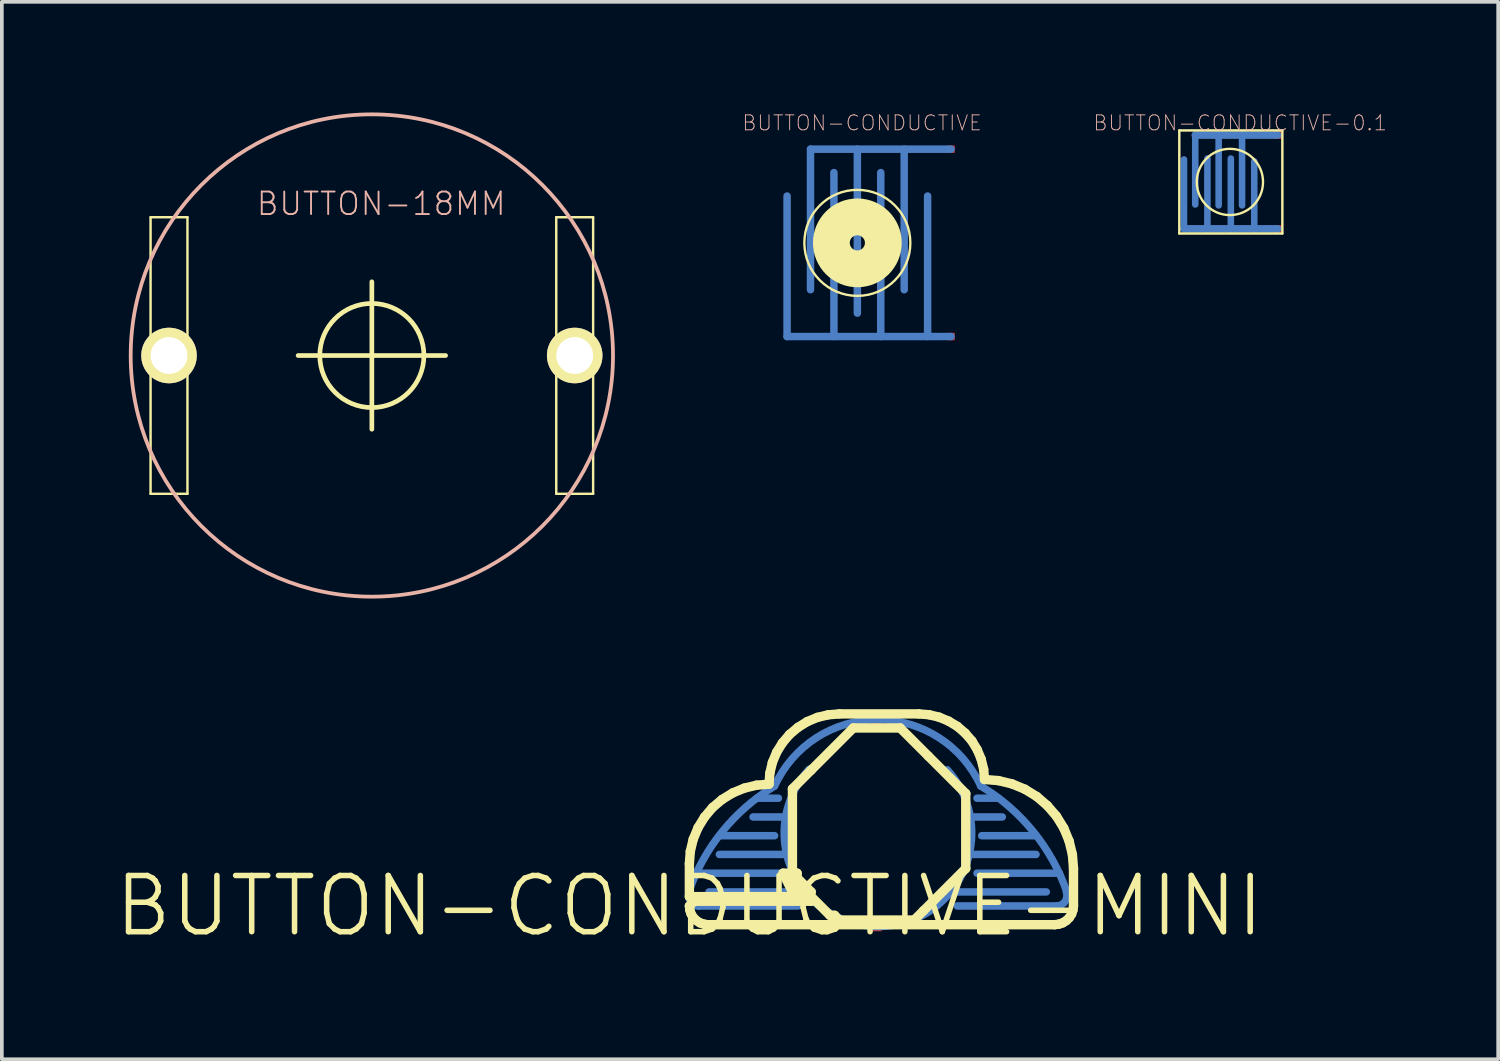
<source format=kicad_pcb>
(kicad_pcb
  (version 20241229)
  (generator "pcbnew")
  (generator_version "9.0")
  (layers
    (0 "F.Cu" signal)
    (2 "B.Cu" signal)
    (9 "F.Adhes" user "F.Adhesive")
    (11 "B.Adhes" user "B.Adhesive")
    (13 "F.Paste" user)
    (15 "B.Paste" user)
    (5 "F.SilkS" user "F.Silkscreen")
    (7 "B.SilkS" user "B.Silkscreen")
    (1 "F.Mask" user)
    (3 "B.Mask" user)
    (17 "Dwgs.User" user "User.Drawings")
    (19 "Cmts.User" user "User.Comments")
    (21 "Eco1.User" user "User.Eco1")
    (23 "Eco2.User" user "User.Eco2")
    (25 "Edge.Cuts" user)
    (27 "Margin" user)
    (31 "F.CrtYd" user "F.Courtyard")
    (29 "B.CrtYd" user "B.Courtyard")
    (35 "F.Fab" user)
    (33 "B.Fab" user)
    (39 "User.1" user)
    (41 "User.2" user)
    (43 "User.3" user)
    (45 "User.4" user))
  (footprint "BUTTON-CONDUCTIVE-0.1"
    (layer "F.Cu")
    (at 30.318 1.883)
    (property "Reference" "BUTTON-CONDUCTIVE-0.1" (at 0.254 -1.6 0) (layer "B.SilkS") (effects (font (size 0.406 0.406) (thickness 0.025))))
    (attr smd)
    (fp_line (start -1.27 -0.61) (end -1.27 1.27) (stroke (width 0.178) (type solid)) (layer "B.Cu"))
    (fp_line (start -1.27 1.27) (end -0.635 1.27) (stroke (width 0.203) (type solid)) (layer "B.Cu"))
    (fp_line (start -0.965 -1.27) (end -0.33 -1.27) (stroke (width 0.203) (type solid)) (layer "B.Cu"))
    (fp_line (start -0.965 0.61) (end -0.965 -1.27) (stroke (width 0.178) (type solid)) (layer "B.Cu"))
    (fp_line (start -0.635 -0.635) (end -0.635 1.27) (stroke (width 0.178) (type solid)) (layer "B.Cu"))
    (fp_line (start -0.635 1.27) (end 0 1.27) (stroke (width 0.203) (type solid)) (layer "B.Cu"))
    (fp_line (start -0.33 -1.27) (end 0.305 -1.27) (stroke (width 0.203) (type solid)) (layer "B.Cu"))
    (fp_line (start -0.33 0.635) (end -0.33 -1.27) (stroke (width 0.178) (type solid)) (layer "B.Cu"))
    (fp_line (start 0 -0.635) (end 0 1.27) (stroke (width 0.178) (type solid)) (layer "B.Cu"))
    (fp_line (start 0 1.27) (end 0.635 1.27) (stroke (width 0.203) (type solid)) (layer "B.Cu"))
    (fp_line (start 0.305 -1.27) (end 1.27 -1.27) (stroke (width 0.203) (type solid)) (layer "B.Cu"))
    (fp_line (start 0.305 0.635) (end 0.305 -1.27) (stroke (width 0.178) (type solid)) (layer "B.Cu"))
    (fp_line (start 0.635 -0.559) (end 0.635 1.27) (stroke (width 0.178) (type solid)) (layer "B.Cu"))
    (fp_line (start 0.635 1.27) (end 1.27 1.27) (stroke (width 0.203) (type solid)) (layer "B.Cu"))
    (fp_line (start -1.397 -1.397) (end 1.397 -1.397) (stroke (width 0.066) (type solid)) (layer "F.SilkS"))
    (fp_line (start -1.397 1.397) (end -1.397 -1.397) (stroke (width 0.066) (type solid)) (layer "F.SilkS"))
    (fp_line (start -1.397 1.397) (end 1.397 1.397) (stroke (width 0.066) (type solid)) (layer "F.SilkS"))
    (fp_line (start 1.397 1.397) (end 1.397 -1.397) (stroke (width 0.066) (type solid)) (layer "F.SilkS"))
    (fp_circle (center -0.025 0) (end -0.66 0.635) (stroke (width 0.064) (type solid)) (fill no) (layer "F.SilkS"))
    (pad "1" smd rect (at 1.27 -1.27) (size 0.203 0.203) (layers "F.Cu" "F.Mask" "F.Paste"))
    (pad "2" smd rect (at 1.27 1.27) (size 0.203 0.203) (layers "F.Cu" "F.Mask" "F.Paste")))
  (footprint "BUTTON-CONDUCTIVE-MINI"
    (layer "F.Cu")
    (at 15.639 21.511)
    (property "Reference" "BUTTON-CONDUCTIVE-MINI" (at 0 0 0) (layer "F.SilkS") (effects (font (size 1.524 1.524) (thickness 0.15))))
    (attr smd)
    (fp_line (start 0.203 -0.889) (end 2.413 -0.889) (stroke (width 0.203) (type solid)) (layer "B.Cu"))
    (fp_line (start 0.254 0) (end 2.946 0) (stroke (width 0.203) (type solid)) (layer "B.Cu"))
    (fp_line (start 0.813 -1.905) (end 2.311 -1.905) (stroke (width 0.203) (type solid)) (layer "B.Cu"))
    (fp_line (start 1.829 -2.921) (end 2.413 -2.921) (stroke (width 0.203) (type solid)) (layer "B.Cu"))
    (fp_line (start 2.616 -2.413) (end 1.727 -2.413) (stroke (width 0.203) (type solid)) (layer "B.Cu"))
    (fp_line (start 2.642 -1.397) (end 0.813 -1.397) (stroke (width 0.203) (type solid)) (layer "B.Cu"))
    (fp_line (start 3.124 -0.381) (end 0.533 -0.381) (stroke (width 0.203) (type solid)) (layer "B.Cu"))
    (fp_line (start 3.251 -3.708) (end 3.226 -3.683) (stroke (width 0.203) (type solid)) (layer "B.Cu"))
    (fp_line (start 7.087 -0.381) (end 9.677 -0.381) (stroke (width 0.203) (type solid)) (layer "B.Cu"))
    (fp_line (start 7.262 0) (end 9.957 0) (stroke (width 0.203) (type solid)) (layer "B.Cu"))
    (fp_line (start 7.569 -1.397) (end 9.398 -1.397) (stroke (width 0.203) (type solid)) (layer "B.Cu"))
    (fp_line (start 7.62 -2.413) (end 8.484 -2.413) (stroke (width 0.203) (type solid)) (layer "B.Cu"))
    (fp_line (start 8.382 -2.921) (end 7.798 -2.921) (stroke (width 0.203) (type solid)) (layer "B.Cu"))
    (fp_line (start 9.398 -1.905) (end 7.925 -1.905) (stroke (width 0.203) (type solid)) (layer "B.Cu"))
    (fp_line (start 10.033 -0.889) (end 7.798 -0.889) (stroke (width 0.203) (type solid)) (layer "B.Cu"))
    (fp_arc (start -0.01524 -0.38608) (mid 0.893602 -2.019048) (end 2.302934 -3.246387) (stroke (width 0.2032) (type solid)) (layer "B.Cu"))
    (fp_arc (start 0.25146 0.00508) (mid 0.02833 -0.121826) (end 0.000292 -0.376984) (stroke (width 0.2032) (type solid)) (layer "B.Cu"))
    (fp_arc (start 2.3114 -3.2512) (mid 5.105076 -5.050294) (end 7.899132 -3.25179) (stroke (width 0.2032) (type solid)) (layer "B.Cu"))
    (fp_arc (start 3.52552 0.00254) (mid 2.578864 -1.772266) (end 3.224611 -3.677288) (stroke (width 0.2032) (type solid)) (layer "B.Cu"))
    (fp_arc (start 6.7056 0) (mid 5.118302 0.557561) (end 3.530916 0.000253) (stroke (width 0.2032) (type solid)) (layer "B.Cu"))
    (fp_arc (start 6.99262 -3.69062) (mid 7.64661 -1.783061) (end 6.703745 -0.000509) (stroke (width 0.2032) (type solid)) (layer "B.Cu"))
    (fp_arc (start 7.8994 -3.2512) (mid 9.317595 -2.023438) (end 10.231773 -0.385465) (stroke (width 0.2032) (type solid)) (layer "B.Cu"))
    (fp_arc (start 10.21842 -0.37338) (mid 10.182902 -0.117117) (end 9.952714 0.000975) (stroke (width 0.2032) (type solid)) (layer "B.Cu"))
    (fp_line (start 0 -1.143) (end 0 -0.254) (stroke (width 0.254) (type solid)) (layer "F.SilkS"))
    (fp_line (start 0 -0.254) (end 3.302 -0.254) (stroke (width 0.254) (type solid)) (layer "F.SilkS"))
    (fp_line (start 0 0) (end 0.013 0.112) (stroke (width 0.254) (type solid)) (layer "F.SilkS"))
    (fp_line (start 0.013 0.112) (end 0.048 0.218) (stroke (width 0.254) (type solid)) (layer "F.SilkS"))
    (fp_line (start 0.025 -1.478) (end 0 -1.143) (stroke (width 0.254) (type solid)) (layer "F.SilkS"))
    (fp_line (start 0.048 0.218) (end 0.109 0.315) (stroke (width 0.254) (type solid)) (layer "F.SilkS"))
    (fp_line (start 0.104 -1.808) (end 0.025 -1.478) (stroke (width 0.254) (type solid)) (layer "F.SilkS"))
    (fp_line (start 0.109 0.315) (end 0.191 0.396) (stroke (width 0.254) (type solid)) (layer "F.SilkS"))
    (fp_line (start 0.127 -0.127) (end 0 0) (stroke (width 0.254) (type solid)) (layer "F.SilkS"))
    (fp_line (start 0.191 0.396) (end 0.287 0.457) (stroke (width 0.254) (type solid)) (layer "F.SilkS"))
    (fp_line (start 0.234 -2.121) (end 0.104 -1.808) (stroke (width 0.254) (type solid)) (layer "F.SilkS"))
    (fp_line (start 0.287 0.457) (end 0.394 0.493) (stroke (width 0.254) (type solid)) (layer "F.SilkS"))
    (fp_line (start 0.394 0.493) (end 0.508 0.508) (stroke (width 0.254) (type solid)) (layer "F.SilkS"))
    (fp_line (start 0.411 -2.41) (end 0.234 -2.121) (stroke (width 0.254) (type solid)) (layer "F.SilkS"))
    (fp_line (start 0.508 0.508) (end 9.906 0.508) (stroke (width 0.254) (type solid)) (layer "F.SilkS"))
    (fp_line (start 0.63 -2.67) (end 0.411 -2.41) (stroke (width 0.254) (type solid)) (layer "F.SilkS"))
    (fp_line (start 0.889 -2.888) (end 0.63 -2.67) (stroke (width 0.254) (type solid)) (layer "F.SilkS"))
    (fp_line (start 1.179 -3.066) (end 0.889 -2.888) (stroke (width 0.254) (type solid)) (layer "F.SilkS"))
    (fp_line (start 1.491 -3.195) (end 1.179 -3.066) (stroke (width 0.254) (type solid)) (layer "F.SilkS"))
    (fp_line (start 1.821 -3.274) (end 1.491 -3.195) (stroke (width 0.254) (type solid)) (layer "F.SilkS"))
    (fp_line (start 2.159 -3.302) (end 1.821 -3.274) (stroke (width 0.254) (type solid)) (layer "F.SilkS"))
    (fp_line (start 2.182 -3.599) (end 2.159 -3.302) (stroke (width 0.254) (type solid)) (layer "F.SilkS"))
    (fp_line (start 2.25 -3.889) (end 2.182 -3.599) (stroke (width 0.254) (type solid)) (layer "F.SilkS"))
    (fp_line (start 2.365 -4.166) (end 2.25 -3.889) (stroke (width 0.254) (type solid)) (layer "F.SilkS"))
    (fp_line (start 2.522 -4.42) (end 2.365 -4.166) (stroke (width 0.254) (type solid)) (layer "F.SilkS"))
    (fp_line (start 2.54 -0.889) (end 2.921 -0.889) (stroke (width 0.254) (type solid)) (layer "F.SilkS"))
    (fp_line (start 2.715 -4.648) (end 2.522 -4.42) (stroke (width 0.254) (type solid)) (layer "F.SilkS"))
    (fp_line (start 2.794 -3.175) (end 2.794 -0.635) (stroke (width 0.254) (type solid)) (layer "F.SilkS"))
    (fp_line (start 2.794 -0.635) (end 3.302 -0.127) (stroke (width 0.254) (type solid)) (layer "F.SilkS"))
    (fp_line (start 2.794 -0.381) (end 2.54 -0.889) (stroke (width 0.254) (type solid)) (layer "F.SilkS"))
    (fp_line (start 2.921 -0.889) (end 2.921 -0.762) (stroke (width 0.254) (type solid)) (layer "F.SilkS"))
    (fp_line (start 2.921 -0.762) (end 3.302 -0.381) (stroke (width 0.254) (type solid)) (layer "F.SilkS"))
    (fp_line (start 2.944 -4.841) (end 2.715 -4.648) (stroke (width 0.254) (type solid)) (layer "F.SilkS"))
    (fp_line (start 3.198 -4.999) (end 2.944 -4.841) (stroke (width 0.254) (type solid)) (layer "F.SilkS"))
    (fp_line (start 3.302 -3.683) (end 2.794 -3.175) (stroke (width 0.254) (type solid)) (layer "F.SilkS"))
    (fp_line (start 3.302 -0.381) (end 2.794 -0.381) (stroke (width 0.254) (type solid)) (layer "F.SilkS"))
    (fp_line (start 3.302 -0.254) (end 3.81 0.254) (stroke (width 0.254) (type solid)) (layer "F.SilkS"))
    (fp_line (start 3.302 -0.127) (end 0.127 -0.127) (stroke (width 0.254) (type solid)) (layer "F.SilkS"))
    (fp_line (start 3.475 -5.113) (end 3.198 -4.999) (stroke (width 0.254) (type solid)) (layer "F.SilkS"))
    (fp_line (start 3.764 -5.182) (end 3.475 -5.113) (stroke (width 0.254) (type solid)) (layer "F.SilkS"))
    (fp_line (start 3.81 0.254) (end 3.937 0.254) (stroke (width 0.254) (type solid)) (layer "F.SilkS"))
    (fp_line (start 3.937 0.254) (end 4.064 0.381) (stroke (width 0.254) (type solid)) (layer "F.SilkS"))
    (fp_line (start 4.064 -5.207) (end 3.764 -5.182) (stroke (width 0.254) (type solid)) (layer "F.SilkS"))
    (fp_line (start 4.064 0.381) (end 6.096 0.381) (stroke (width 0.254) (type solid)) (layer "F.SilkS"))
    (fp_line (start 4.445 -4.826) (end 3.302 -3.683) (stroke (width 0.254) (type solid)) (layer "F.SilkS"))
    (fp_line (start 5.715 -4.826) (end 4.445 -4.826) (stroke (width 0.254) (type solid)) (layer "F.SilkS"))
    (fp_line (start 6.096 0.381) (end 6.35 0.127) (stroke (width 0.254) (type solid)) (layer "F.SilkS"))
    (fp_line (start 6.223 -5.207) (end 4.064 -5.207) (stroke (width 0.254) (type solid)) (layer "F.SilkS"))
    (fp_line (start 6.35 0.127) (end 7.493 -1.016) (stroke (width 0.254) (type solid)) (layer "F.SilkS"))
    (fp_line (start 6.477 -4.064) (end 5.715 -4.826) (stroke (width 0.254) (type solid)) (layer "F.SilkS"))
    (fp_line (start 6.5 -5.184) (end 6.223 -5.207) (stroke (width 0.254) (type solid)) (layer "F.SilkS"))
    (fp_line (start 6.772 -5.118) (end 6.5 -5.184) (stroke (width 0.254) (type solid)) (layer "F.SilkS"))
    (fp_line (start 7.028 -5.011) (end 6.772 -5.118) (stroke (width 0.254) (type solid)) (layer "F.SilkS"))
    (fp_line (start 7.267 -4.867) (end 7.028 -5.011) (stroke (width 0.254) (type solid)) (layer "F.SilkS"))
    (fp_line (start 7.478 -4.684) (end 7.267 -4.867) (stroke (width 0.254) (type solid)) (layer "F.SilkS"))
    (fp_line (start 7.493 -3.048) (end 6.477 -4.064) (stroke (width 0.254) (type solid)) (layer "F.SilkS"))
    (fp_line (start 7.493 -1.016) (end 7.493 -3.048) (stroke (width 0.254) (type solid)) (layer "F.SilkS"))
    (fp_line (start 7.661 -4.473) (end 7.478 -4.684) (stroke (width 0.254) (type solid)) (layer "F.SilkS"))
    (fp_line (start 7.805 -4.234) (end 7.661 -4.473) (stroke (width 0.254) (type solid)) (layer "F.SilkS"))
    (fp_line (start 7.912 -3.978) (end 7.805 -4.234) (stroke (width 0.254) (type solid)) (layer "F.SilkS"))
    (fp_line (start 7.978 -3.706) (end 7.912 -3.978) (stroke (width 0.254) (type solid)) (layer "F.SilkS"))
    (fp_line (start 8.001 -3.429) (end 7.978 -3.706) (stroke (width 0.254) (type solid)) (layer "F.SilkS"))
    (fp_line (start 8.377 -3.399) (end 8.001 -3.429) (stroke (width 0.254) (type solid)) (layer "F.SilkS"))
    (fp_line (start 8.745 -3.31) (end 8.377 -3.399) (stroke (width 0.254) (type solid)) (layer "F.SilkS"))
    (fp_line (start 9.096 -3.165) (end 8.745 -3.31) (stroke (width 0.254) (type solid)) (layer "F.SilkS"))
    (fp_line (start 9.418 -2.967) (end 9.096 -3.165) (stroke (width 0.254) (type solid)) (layer "F.SilkS"))
    (fp_line (start 9.705 -2.72) (end 9.418 -2.967) (stroke (width 0.254) (type solid)) (layer "F.SilkS"))
    (fp_line (start 9.906 0.508) (end 10.018 0.493) (stroke (width 0.254) (type solid)) (layer "F.SilkS"))
    (fp_line (start 9.952 -2.433) (end 9.705 -2.72) (stroke (width 0.254) (type solid)) (layer "F.SilkS"))
    (fp_line (start 10.018 0.493) (end 10.124 0.457) (stroke (width 0.254) (type solid)) (layer "F.SilkS"))
    (fp_line (start 10.124 0.457) (end 10.221 0.396) (stroke (width 0.254) (type solid)) (layer "F.SilkS"))
    (fp_line (start 10.15 -2.111) (end 9.952 -2.433) (stroke (width 0.254) (type solid)) (layer "F.SilkS"))
    (fp_line (start 10.221 0.396) (end 10.302 0.315) (stroke (width 0.254) (type solid)) (layer "F.SilkS"))
    (fp_line (start 10.295 -1.76) (end 10.15 -2.111) (stroke (width 0.254) (type solid)) (layer "F.SilkS"))
    (fp_line (start 10.302 0.315) (end 10.363 0.218) (stroke (width 0.254) (type solid)) (layer "F.SilkS"))
    (fp_line (start 10.363 0.218) (end 10.399 0.112) (stroke (width 0.254) (type solid)) (layer "F.SilkS"))
    (fp_line (start 10.384 -1.392) (end 10.295 -1.76) (stroke (width 0.254) (type solid)) (layer "F.SilkS"))
    (fp_line (start 10.399 0.112) (end 10.414 0) (stroke (width 0.254) (type solid)) (layer "F.SilkS"))
    (fp_line (start 10.414 -1.016) (end 10.384 -1.392) (stroke (width 0.254) (type solid)) (layer "F.SilkS"))
    (fp_line (start 10.414 0) (end 10.414 -1.016) (stroke (width 0.254) (type solid)) (layer "F.SilkS"))
    (pad "1" smd rect (at 5.08 0.559) (size 0.254 0.254) (layers "F.Cu" "F.Mask" "F.Paste"))
    (pad "2" smd rect (at 5.08 -5.055) (size 0.254 0.254) (layers "F.Cu" "F.Mask" "F.Paste")))
  (footprint "BUTTON-CONDUCTIVE"
    (layer "F.Cu")
    (at 20.193 3.534)
    (property "Reference" "BUTTON-CONDUCTIVE" (at 0.127 -3.251 0) (layer "B.SilkS") (effects (font (size 0.406 0.406) (thickness 0.025))))
    (attr smd)
    (fp_line (start -1.905 -1.27) (end -1.905 2.54) (stroke (width 0.203) (type solid)) (layer "B.Cu"))
    (fp_line (start -1.905 2.54) (end 2.54 2.54) (stroke (width 0.203) (type solid)) (layer "B.Cu"))
    (fp_line (start -1.27 -2.54) (end 2.54 -2.54) (stroke (width 0.203) (type solid)) (layer "B.Cu"))
    (fp_line (start -1.27 1.27) (end -1.27 -2.54) (stroke (width 0.203) (type solid)) (layer "B.Cu"))
    (fp_line (start -0.635 -1.905) (end -0.635 2.54) (stroke (width 0.203) (type solid)) (layer "B.Cu"))
    (fp_line (start 0 1.905) (end 0 -2.54) (stroke (width 0.203) (type solid)) (layer "B.Cu"))
    (fp_line (start 0.635 -1.905) (end 0.635 2.54) (stroke (width 0.203) (type solid)) (layer "B.Cu"))
    (fp_line (start 1.27 1.27) (end 1.27 -2.54) (stroke (width 0.203) (type solid)) (layer "B.Cu"))
    (fp_line (start 1.905 -1.27) (end 1.905 2.54) (stroke (width 0.203) (type solid)) (layer "B.Cu"))
    (fp_circle (center 0 0) (end -1.016 1.016) (stroke (width 0.064) (type solid)) (fill no) (layer "F.SilkS"))
    (fp_circle (center 0 0) (end -0.498 0.498) (stroke (width 0.998) (type solid)) (fill no) (layer "F.SilkS"))
    (pad "1" smd rect (at 2.54 -2.54) (size 0.203 0.203) (layers "F.Cu" "F.Mask" "F.Paste"))
    (pad "2" smd rect (at 2.54 2.54) (size 0.203 0.203) (layers "F.Cu" "F.Mask" "F.Paste")))
  (footprint "BUTTON-18MM"
    (layer "F.Cu")
    (at 7.031 6.588)
    (property "Reference" "BUTTON-18MM" (at 0.254 -4.115 0) (layer "B.SilkS") (effects (font (size 0.61 0.61) (thickness 0.051))))
    (attr exclude_from_pos_files exclude_from_bom)
    (fp_line (start -5.999 -3.749) (end -4.999 -3.749) (stroke (width 0.066) (type solid)) (layer "F.SilkS"))
    (fp_line (start -5.999 3.749) (end -5.999 -3.749) (stroke (width 0.066) (type solid)) (layer "F.SilkS"))
    (fp_line (start -5.999 3.749) (end -4.999 3.749) (stroke (width 0.066) (type solid)) (layer "F.SilkS"))
    (fp_line (start -4.999 3.749) (end -4.999 -3.749) (stroke (width 0.066) (type solid)) (layer "F.SilkS"))
    (fp_line (start -1.999 0) (end 1.999 0) (stroke (width 0.127) (type solid)) (layer "F.SilkS"))
    (fp_line (start 0 1.999) (end 0 -1.999) (stroke (width 0.127) (type solid)) (layer "F.SilkS"))
    (fp_line (start 4.999 -3.749) (end 5.999 -3.749) (stroke (width 0.066) (type solid)) (layer "F.SilkS"))
    (fp_line (start 4.999 3.749) (end 4.999 -3.749) (stroke (width 0.066) (type solid)) (layer "F.SilkS"))
    (fp_line (start 4.999 3.749) (end 5.999 3.749) (stroke (width 0.066) (type solid)) (layer "F.SilkS"))
    (fp_line (start 5.999 3.749) (end 5.999 -3.749) (stroke (width 0.066) (type solid)) (layer "F.SilkS"))
    (fp_circle (center 0 0) (end -0.998 0.998) (stroke (width 0.127) (type solid)) (fill no) (layer "F.SilkS"))
    (fp_circle (center 0 0) (end -4.623 4.623) (stroke (width 0.102) (type solid)) (fill no) (layer "B.SilkS"))
    (fp_line (start -6.998 -4.999) (end -3.998 -4.999) (stroke (width 0.066) (type solid)) (layer "B.Adhes"))
    (fp_line (start -6.998 4.999) (end -6.998 -4.999) (stroke (width 0.066) (type solid)) (layer "B.Adhes"))
    (fp_line (start -6.998 4.999) (end -3.998 4.999) (stroke (width 0.066) (type solid)) (layer "B.Adhes"))
    (fp_line (start -3.998 4.999) (end -3.998 -4.999) (stroke (width 0.066) (type solid)) (layer "B.Adhes"))
    (fp_line (start 3.998 -4.999) (end 6.998 -4.999) (stroke (width 0.066) (type solid)) (layer "B.Adhes"))
    (fp_line (start 3.998 4.999) (end 3.998 -4.999) (stroke (width 0.066) (type solid)) (layer "B.Adhes"))
    (fp_line (start 3.998 4.999) (end 6.998 4.999) (stroke (width 0.066) (type solid)) (layer "B.Adhes"))
    (fp_line (start 6.998 4.999) (end 6.998 -4.999) (stroke (width 0.066) (type solid)) (layer "B.Adhes"))
    (pad "1" thru_hole circle (at -5.499 0) (size 1.506 1.506) (drill 0.998) (layers "*.Cu" "F.Mask" "F.SilkS" "F.Paste"))
    (pad "2" thru_hole circle (at 5.499 0) (size 1.506 1.506) (drill 0.998) (layers "*.Cu" "F.Mask" "F.SilkS" "F.Paste")))
  (gr_rect
    (start -3 -3)
    (end 37.566 25.666)
    (stroke (width 0.1) (type default))
    (fill no)
    (layer "Edge.Cuts")))
</source>
